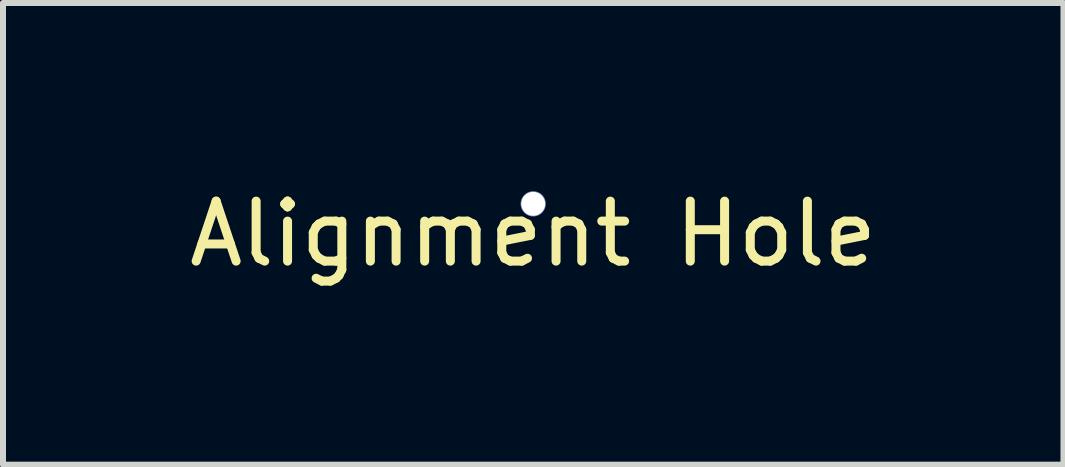
<source format=kicad_pcb>
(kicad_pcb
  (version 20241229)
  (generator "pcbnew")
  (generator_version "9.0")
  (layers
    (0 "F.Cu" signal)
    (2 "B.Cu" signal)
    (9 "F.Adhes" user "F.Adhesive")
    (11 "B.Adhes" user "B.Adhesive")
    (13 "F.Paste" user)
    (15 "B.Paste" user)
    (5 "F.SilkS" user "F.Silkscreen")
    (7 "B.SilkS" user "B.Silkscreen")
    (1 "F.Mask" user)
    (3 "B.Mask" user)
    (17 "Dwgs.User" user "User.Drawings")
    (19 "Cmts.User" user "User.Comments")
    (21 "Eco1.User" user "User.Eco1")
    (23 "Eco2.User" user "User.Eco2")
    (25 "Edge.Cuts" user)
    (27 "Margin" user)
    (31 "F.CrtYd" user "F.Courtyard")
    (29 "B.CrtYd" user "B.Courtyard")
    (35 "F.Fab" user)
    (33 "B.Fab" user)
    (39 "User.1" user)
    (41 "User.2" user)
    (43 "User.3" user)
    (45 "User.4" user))
  (footprint "Alignment Hole"
    (layer "F.Cu")
    (at 5.839 0.348)
    (property "Reference" "Alignment Hole" (at 0 0.5 0) (layer "F.SilkS") (effects (font (size 1 1) (thickness 0.15))))
    (attr through_hole)
    (pad "1" thru_hole circle (at 0 0) (size 0.42 0.42) (drill 0.4) (layers "*.Cu" "*.Mask")))
  (gr_rect
    (start -3 -3)
    (end 14.679 4.697)
    (stroke (width 0.1) (type default))
    (fill no)
    (layer "Edge.Cuts")))
</source>
